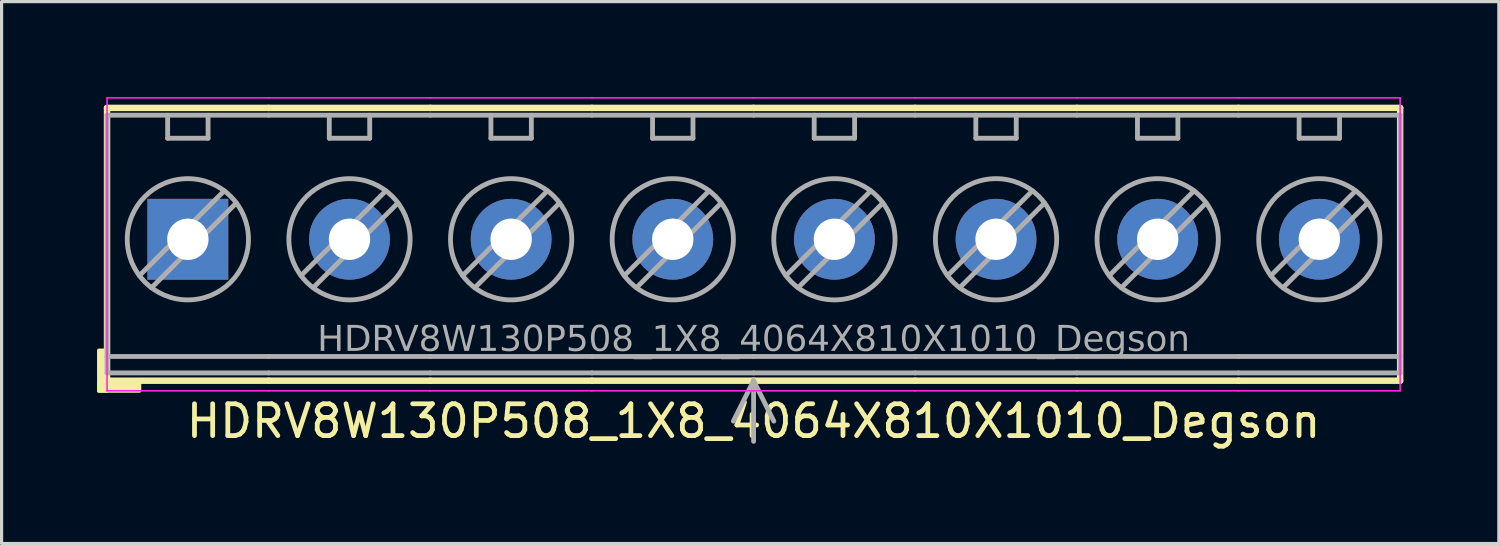
<source format=kicad_pcb>
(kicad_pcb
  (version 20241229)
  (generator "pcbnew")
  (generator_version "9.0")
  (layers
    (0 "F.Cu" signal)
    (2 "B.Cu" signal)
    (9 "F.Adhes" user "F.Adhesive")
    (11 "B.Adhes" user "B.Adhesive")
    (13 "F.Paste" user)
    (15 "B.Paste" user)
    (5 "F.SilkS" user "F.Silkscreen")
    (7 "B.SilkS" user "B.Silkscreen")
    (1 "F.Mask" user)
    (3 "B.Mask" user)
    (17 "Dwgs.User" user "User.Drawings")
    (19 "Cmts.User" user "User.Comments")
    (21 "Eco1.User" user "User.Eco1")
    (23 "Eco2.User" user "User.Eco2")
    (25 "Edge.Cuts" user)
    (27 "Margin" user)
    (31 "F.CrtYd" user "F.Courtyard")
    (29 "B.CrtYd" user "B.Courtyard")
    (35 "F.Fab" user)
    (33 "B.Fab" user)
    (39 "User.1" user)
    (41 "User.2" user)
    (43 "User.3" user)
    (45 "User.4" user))
  (footprint "HDRV8W130P508_1X8_4064X810X1010_Degson"
    (layer "F.Cu")
    (at 20.634 4.47)
    (property "Reference" "HDRV8W130P508_1X8_4064X810X1010_Degson" (at 0 5.715 0) (layer "F.SilkS") (effects (font (size 1 1) (thickness 0.15))))
    (attr through_hole)
    (fp_line (start -20.32 -4.128) (end -20.32 4.445) (stroke (width 0.203) (type solid)) (layer "F.SilkS"))
    (fp_line (start -20.32 4.445) (end -15.24 4.445) (stroke (width 0.203) (type solid)) (layer "F.SilkS"))
    (fp_line (start -15.245 -4.128) (end -20.32 -4.128) (stroke (width 0.203) (type solid)) (layer "F.SilkS"))
    (fp_line (start -15.245 -4.128) (end -10.16 -4.128) (stroke (width 0.203) (type solid)) (layer "F.SilkS"))
    (fp_line (start -10.165 -4.128) (end -5.08 -4.128) (stroke (width 0.203) (type solid)) (layer "F.SilkS"))
    (fp_line (start -10.16 4.445) (end -15.24 4.445) (stroke (width 0.203) (type solid)) (layer "F.SilkS"))
    (fp_line (start -5.085 -4.128) (end 0 -4.128) (stroke (width 0.203) (type solid)) (layer "F.SilkS"))
    (fp_line (start -5.08 4.445) (end -10.16 4.445) (stroke (width 0.203) (type solid)) (layer "F.SilkS"))
    (fp_line (start -0.005 -4.128) (end 5.08 -4.128) (stroke (width 0.203) (type solid)) (layer "F.SilkS"))
    (fp_line (start 0 4.445) (end -5.08 4.445) (stroke (width 0.203) (type solid)) (layer "F.SilkS"))
    (fp_line (start 5.075 -4.128) (end 10.16 -4.128) (stroke (width 0.203) (type solid)) (layer "F.SilkS"))
    (fp_line (start 5.08 4.445) (end 0 4.445) (stroke (width 0.203) (type solid)) (layer "F.SilkS"))
    (fp_line (start 10.155 -4.128) (end 15.24 -4.128) (stroke (width 0.203) (type solid)) (layer "F.SilkS"))
    (fp_line (start 10.16 4.445) (end 5.08 4.445) (stroke (width 0.203) (type solid)) (layer "F.SilkS"))
    (fp_line (start 15.235 -4.128) (end 20.32 -4.128) (stroke (width 0.203) (type solid)) (layer "F.SilkS"))
    (fp_line (start 15.24 4.445) (end 10.16 4.445) (stroke (width 0.203) (type solid)) (layer "F.SilkS"))
    (fp_line (start 20.32 -4.128) (end 20.32 4.445) (stroke (width 0.203) (type solid)) (layer "F.SilkS"))
    (fp_line (start 20.32 4.445) (end 15.24 4.445) (stroke (width 0.203) (type solid)) (layer "F.SilkS"))
    (fp_rect (start -20.32 3.493) (end -20.574 4.763) (stroke (width 0.12) (type solid)) (fill yes) (layer "F.SilkS"))
    (fp_rect (start -19.304 4.763) (end -20.574 4.508) (stroke (width 0.12) (type solid)) (fill yes) (layer "F.SilkS"))
    (fp_line (start -20.32 4.763) (end -20.32 -4.445) (stroke (width 0.05) (type solid)) (layer "F.CrtYd"))
    (fp_line (start -15.245 4.763) (end -20.32 4.763) (stroke (width 0.05) (type solid)) (layer "F.CrtYd"))
    (fp_line (start -15.245 4.763) (end -10.16 4.763) (stroke (width 0.05) (type solid)) (layer "F.CrtYd"))
    (fp_line (start -15.24 -4.445) (end -20.32 -4.445) (stroke (width 0.05) (type solid)) (layer "F.CrtYd"))
    (fp_line (start -15.24 -4.445) (end -10.16 -4.445) (stroke (width 0.05) (type solid)) (layer "F.CrtYd"))
    (fp_line (start -10.165 4.763) (end -5.08 4.763) (stroke (width 0.05) (type solid)) (layer "F.CrtYd"))
    (fp_line (start -10.16 -4.445) (end -5.08 -4.445) (stroke (width 0.05) (type solid)) (layer "F.CrtYd"))
    (fp_line (start -5.085 4.763) (end 0 4.763) (stroke (width 0.05) (type solid)) (layer "F.CrtYd"))
    (fp_line (start -5.08 -4.445) (end 0 -4.445) (stroke (width 0.05) (type solid)) (layer "F.CrtYd"))
    (fp_line (start -0.005 4.763) (end 5.08 4.763) (stroke (width 0.05) (type solid)) (layer "F.CrtYd"))
    (fp_line (start 0 -4.445) (end 5.08 -4.445) (stroke (width 0.05) (type solid)) (layer "F.CrtYd"))
    (fp_line (start 5.075 4.763) (end 10.16 4.763) (stroke (width 0.05) (type solid)) (layer "F.CrtYd"))
    (fp_line (start 5.08 -4.445) (end 10.16 -4.445) (stroke (width 0.05) (type solid)) (layer "F.CrtYd"))
    (fp_line (start 10.155 4.763) (end 15.24 4.763) (stroke (width 0.05) (type solid)) (layer "F.CrtYd"))
    (fp_line (start 10.16 -4.445) (end 15.24 -4.445) (stroke (width 0.05) (type solid)) (layer "F.CrtYd"))
    (fp_line (start 15.235 4.763) (end 20.32 4.763) (stroke (width 0.05) (type solid)) (layer "F.CrtYd"))
    (fp_line (start 15.24 -4.445) (end 20.32 -4.445) (stroke (width 0.05) (type solid)) (layer "F.CrtYd"))
    (fp_line (start 20.32 4.763) (end 20.32 -4.445) (stroke (width 0.05) (type solid)) (layer "F.CrtYd"))
    (fp_line (start -20.32 -3.9) (end -20.32 4.2) (stroke (width 0.152) (type solid)) (layer "F.Fab"))
    (fp_line (start -18.923 1.524) (end -16.256 -1.143) (stroke (width 0.152) (type default)) (layer "F.Fab"))
    (fp_line (start -18.415 -3.9) (end -18.415 -3.175) (stroke (width 0.152) (type default)) (layer "F.Fab"))
    (fp_line (start -18.415 -3.175) (end -17.145 -3.175) (stroke (width 0.152) (type default)) (layer "F.Fab"))
    (fp_line (start -17.145 -3.9) (end -17.145 -3.175) (stroke (width 0.152) (type default)) (layer "F.Fab"))
    (fp_line (start -16.637 -1.524) (end -19.304 1.143) (stroke (width 0.152) (type default)) (layer "F.Fab"))
    (fp_line (start -15.24 -3.9) (end -20.32 -3.9) (stroke (width 0.152) (type solid)) (layer "F.Fab"))
    (fp_line (start -15.24 -3.9) (end -10.16 -3.9) (stroke (width 0.152) (type solid)) (layer "F.Fab"))
    (fp_line (start -15.24 3.683) (end -20.32 3.683) (stroke (width 0.152) (type solid)) (layer "F.Fab"))
    (fp_line (start -15.24 3.683) (end -10.16 3.683) (stroke (width 0.152) (type solid)) (layer "F.Fab"))
    (fp_line (start -15.24 4.2) (end -20.32 4.2) (stroke (width 0.152) (type solid)) (layer "F.Fab"))
    (fp_line (start -15.24 4.2) (end -10.16 4.2) (stroke (width 0.152) (type solid)) (layer "F.Fab"))
    (fp_line (start -13.843 1.524) (end -11.176 -1.143) (stroke (width 0.152) (type default)) (layer "F.Fab"))
    (fp_line (start -13.335 -3.9) (end -13.335 -3.175) (stroke (width 0.152) (type default)) (layer "F.Fab"))
    (fp_line (start -13.335 -3.175) (end -12.065 -3.175) (stroke (width 0.152) (type default)) (layer "F.Fab"))
    (fp_line (start -12.065 -3.9) (end -12.065 -3.175) (stroke (width 0.152) (type default)) (layer "F.Fab"))
    (fp_line (start -11.557 -1.524) (end -14.224 1.143) (stroke (width 0.152) (type default)) (layer "F.Fab"))
    (fp_line (start -10.16 -3.9) (end -5.08 -3.9) (stroke (width 0.152) (type solid)) (layer "F.Fab"))
    (fp_line (start -10.16 3.683) (end -5.08 3.683) (stroke (width 0.152) (type solid)) (layer "F.Fab"))
    (fp_line (start -10.16 4.2) (end -5.08 4.2) (stroke (width 0.152) (type solid)) (layer "F.Fab"))
    (fp_line (start -8.763 1.524) (end -6.096 -1.143) (stroke (width 0.152) (type default)) (layer "F.Fab"))
    (fp_line (start -8.255 -3.9) (end -8.255 -3.175) (stroke (width 0.152) (type default)) (layer "F.Fab"))
    (fp_line (start -8.255 -3.175) (end -6.985 -3.175) (stroke (width 0.152) (type default)) (layer "F.Fab"))
    (fp_line (start -6.985 -3.9) (end -6.985 -3.175) (stroke (width 0.152) (type default)) (layer "F.Fab"))
    (fp_line (start -6.477 -1.524) (end -9.144 1.143) (stroke (width 0.152) (type default)) (layer "F.Fab"))
    (fp_line (start -5.08 -3.9) (end 0 -3.9) (stroke (width 0.152) (type solid)) (layer "F.Fab"))
    (fp_line (start -5.08 3.683) (end 0 3.683) (stroke (width 0.152) (type solid)) (layer "F.Fab"))
    (fp_line (start -5.08 4.2) (end 0 4.2) (stroke (width 0.152) (type solid)) (layer "F.Fab"))
    (fp_line (start -3.683 1.524) (end -1.016 -1.143) (stroke (width 0.152) (type default)) (layer "F.Fab"))
    (fp_line (start -3.175 -3.9) (end -3.175 -3.175) (stroke (width 0.152) (type default)) (layer "F.Fab"))
    (fp_line (start -3.175 -3.175) (end -1.905 -3.175) (stroke (width 0.152) (type default)) (layer "F.Fab"))
    (fp_line (start -1.905 -3.9) (end -1.905 -3.175) (stroke (width 0.152) (type default)) (layer "F.Fab"))
    (fp_line (start -1.397 -1.524) (end -4.064 1.143) (stroke (width 0.152) (type default)) (layer "F.Fab"))
    (fp_line (start 0 -3.9) (end 5.08 -3.9) (stroke (width 0.152) (type solid)) (layer "F.Fab"))
    (fp_line (start 0 3.683) (end 5.08 3.683) (stroke (width 0.152) (type solid)) (layer "F.Fab"))
    (fp_line (start 0 4.2) (end 5.08 4.2) (stroke (width 0.152) (type solid)) (layer "F.Fab"))
    (fp_line (start 0 4.445) (end -0.635 5.715) (stroke (width 0.152) (type default)) (layer "F.Fab"))
    (fp_line (start 0 4.445) (end 0 6.35) (stroke (width 0.152) (type default)) (layer "F.Fab"))
    (fp_line (start 0 4.445) (end 0.635 5.715) (stroke (width 0.152) (type default)) (layer "F.Fab"))
    (fp_line (start 1.397 1.524) (end 4.064 -1.143) (stroke (width 0.152) (type default)) (layer "F.Fab"))
    (fp_line (start 1.905 -3.9) (end 1.905 -3.175) (stroke (width 0.152) (type default)) (layer "F.Fab"))
    (fp_line (start 1.905 -3.175) (end 3.175 -3.175) (stroke (width 0.152) (type default)) (layer "F.Fab"))
    (fp_line (start 3.175 -3.9) (end 3.175 -3.175) (stroke (width 0.152) (type default)) (layer "F.Fab"))
    (fp_line (start 3.683 -1.524) (end 1.016 1.143) (stroke (width 0.152) (type default)) (layer "F.Fab"))
    (fp_line (start 5.08 -3.9) (end 10.16 -3.9) (stroke (width 0.152) (type solid)) (layer "F.Fab"))
    (fp_line (start 5.08 3.683) (end 10.16 3.683) (stroke (width 0.152) (type solid)) (layer "F.Fab"))
    (fp_line (start 5.08 4.2) (end 10.16 4.2) (stroke (width 0.152) (type solid)) (layer "F.Fab"))
    (fp_line (start 6.477 1.524) (end 9.144 -1.143) (stroke (width 0.152) (type default)) (layer "F.Fab"))
    (fp_line (start 6.985 -3.9) (end 6.985 -3.175) (stroke (width 0.152) (type default)) (layer "F.Fab"))
    (fp_line (start 6.985 -3.175) (end 8.255 -3.175) (stroke (width 0.152) (type default)) (layer "F.Fab"))
    (fp_line (start 8.255 -3.9) (end 8.255 -3.175) (stroke (width 0.152) (type default)) (layer "F.Fab"))
    (fp_line (start 8.763 -1.524) (end 6.096 1.143) (stroke (width 0.152) (type default)) (layer "F.Fab"))
    (fp_line (start 10.16 -3.9) (end 15.24 -3.9) (stroke (width 0.152) (type solid)) (layer "F.Fab"))
    (fp_line (start 10.16 3.683) (end 15.24 3.683) (stroke (width 0.152) (type solid)) (layer "F.Fab"))
    (fp_line (start 10.16 4.2) (end 15.24 4.2) (stroke (width 0.152) (type solid)) (layer "F.Fab"))
    (fp_line (start 11.557 1.524) (end 14.224 -1.143) (stroke (width 0.152) (type default)) (layer "F.Fab"))
    (fp_line (start 12.065 -3.9) (end 12.065 -3.175) (stroke (width 0.152) (type default)) (layer "F.Fab"))
    (fp_line (start 12.065 -3.175) (end 13.335 -3.175) (stroke (width 0.152) (type default)) (layer "F.Fab"))
    (fp_line (start 13.335 -3.9) (end 13.335 -3.175) (stroke (width 0.152) (type default)) (layer "F.Fab"))
    (fp_line (start 13.843 -1.524) (end 11.176 1.143) (stroke (width 0.152) (type default)) (layer "F.Fab"))
    (fp_line (start 15.24 -3.9) (end 20.32 -3.9) (stroke (width 0.152) (type solid)) (layer "F.Fab"))
    (fp_line (start 15.24 3.683) (end 20.32 3.683) (stroke (width 0.152) (type solid)) (layer "F.Fab"))
    (fp_line (start 15.24 4.2) (end 20.32 4.2) (stroke (width 0.152) (type solid)) (layer "F.Fab"))
    (fp_line (start 16.637 1.524) (end 19.304 -1.143) (stroke (width 0.152) (type default)) (layer "F.Fab"))
    (fp_line (start 17.145 -3.9) (end 17.145 -3.175) (stroke (width 0.152) (type default)) (layer "F.Fab"))
    (fp_line (start 17.145 -3.175) (end 18.415 -3.175) (stroke (width 0.152) (type default)) (layer "F.Fab"))
    (fp_line (start 18.415 -3.9) (end 18.415 -3.175) (stroke (width 0.152) (type default)) (layer "F.Fab"))
    (fp_line (start 18.923 -1.524) (end 16.256 1.143) (stroke (width 0.152) (type default)) (layer "F.Fab"))
    (fp_line (start 20.32 -3.9) (end 20.32 4.2) (stroke (width 0.152) (type solid)) (layer "F.Fab"))
    (fp_rect (start -18.034 -0.254) (end -17.526 0.254) (stroke (width 0.152) (type solid)) (fill no) (layer "F.Fab"))
    (fp_rect (start -12.446 -0.254) (end -12.954 0.254) (stroke (width 0.152) (type solid)) (fill no) (layer "F.Fab"))
    (fp_rect (start -7.366 -0.254) (end -7.874 0.254) (stroke (width 0.152) (type solid)) (fill no) (layer "F.Fab"))
    (fp_rect (start -2.286 -0.254) (end -2.794 0.254) (stroke (width 0.152) (type solid)) (fill no) (layer "F.Fab"))
    (fp_rect (start 2.794 -0.254) (end 2.286 0.254) (stroke (width 0.152) (type solid)) (fill no) (layer "F.Fab"))
    (fp_rect (start 7.874 -0.254) (end 7.366 0.254) (stroke (width 0.152) (type solid)) (fill no) (layer "F.Fab"))
    (fp_rect (start 12.954 -0.254) (end 12.446 0.254) (stroke (width 0.152) (type solid)) (fill no) (layer "F.Fab"))
    (fp_rect (start 18.034 -0.254) (end 17.526 0.254) (stroke (width 0.152) (type solid)) (fill no) (layer "F.Fab"))
    (fp_circle (center -17.78 0) (end -15.875 0) (stroke (width 0.152) (type default)) (fill no) (layer "F.Fab"))
    (fp_circle (center -12.7 0) (end -10.795 0) (stroke (width 0.152) (type default)) (fill no) (layer "F.Fab"))
    (fp_circle (center -7.62 0) (end -5.715 0) (stroke (width 0.152) (type default)) (fill no) (layer "F.Fab"))
    (fp_circle (center -2.54 0) (end -0.635 0) (stroke (width 0.152) (type default)) (fill no) (layer "F.Fab"))
    (fp_circle (center 2.54 0) (end 4.445 0) (stroke (width 0.152) (type default)) (fill no) (layer "F.Fab"))
    (fp_circle (center 7.62 0) (end 9.525 0) (stroke (width 0.152) (type default)) (fill no) (layer "F.Fab"))
    (fp_circle (center 12.7 0) (end 14.605 0) (stroke (width 0.152) (type default)) (fill no) (layer "F.Fab"))
    (fp_circle (center 17.78 0) (end 19.685 0) (stroke (width 0.152) (type default)) (fill no) (layer "F.Fab"))
    (fp_text user "${REFERENCE}" (at 0 3.175 0) (layer "F.Fab") (effects (font (face "Tahoma") (size 0.8 0.8) (thickness 0.15))))
    (pad "1" thru_hole rect (at -17.78 0) (size 2.54 2.54) (drill 1.3) (layers "*.Cu" "*.Mask"))
    (pad "2" thru_hole circle (at -12.7 0) (size 2.54 2.54) (drill 1.3) (layers "*.Cu" "*.Mask"))
    (pad "3" thru_hole circle (at -7.62 0) (size 2.54 2.54) (drill 1.3) (layers "*.Cu" "*.Mask"))
    (pad "4" thru_hole circle (at -2.54 0) (size 2.54 2.54) (drill 1.3) (layers "*.Cu" "*.Mask"))
    (pad "5" thru_hole circle (at 2.54 0) (size 2.54 2.54) (drill 1.3) (layers "*.Cu" "*.Mask"))
    (pad "6" thru_hole circle (at 7.62 0) (size 2.54 2.54) (drill 1.3) (layers "*.Cu" "*.Mask"))
    (pad "7" thru_hole circle (at 12.7 0) (size 2.54 2.54) (drill 1.3) (layers "*.Cu" "*.Mask"))
    (pad "8" thru_hole circle (at 17.78 0) (size 2.54 2.54) (drill 1.3) (layers "*.Cu" "*.Mask")))
  (gr_rect
    (start -3 -3)
    (end 44.056 14.033)
    (stroke (width 0.1) (type default))
    (fill no)
    (layer "Edge.Cuts")))
</source>
